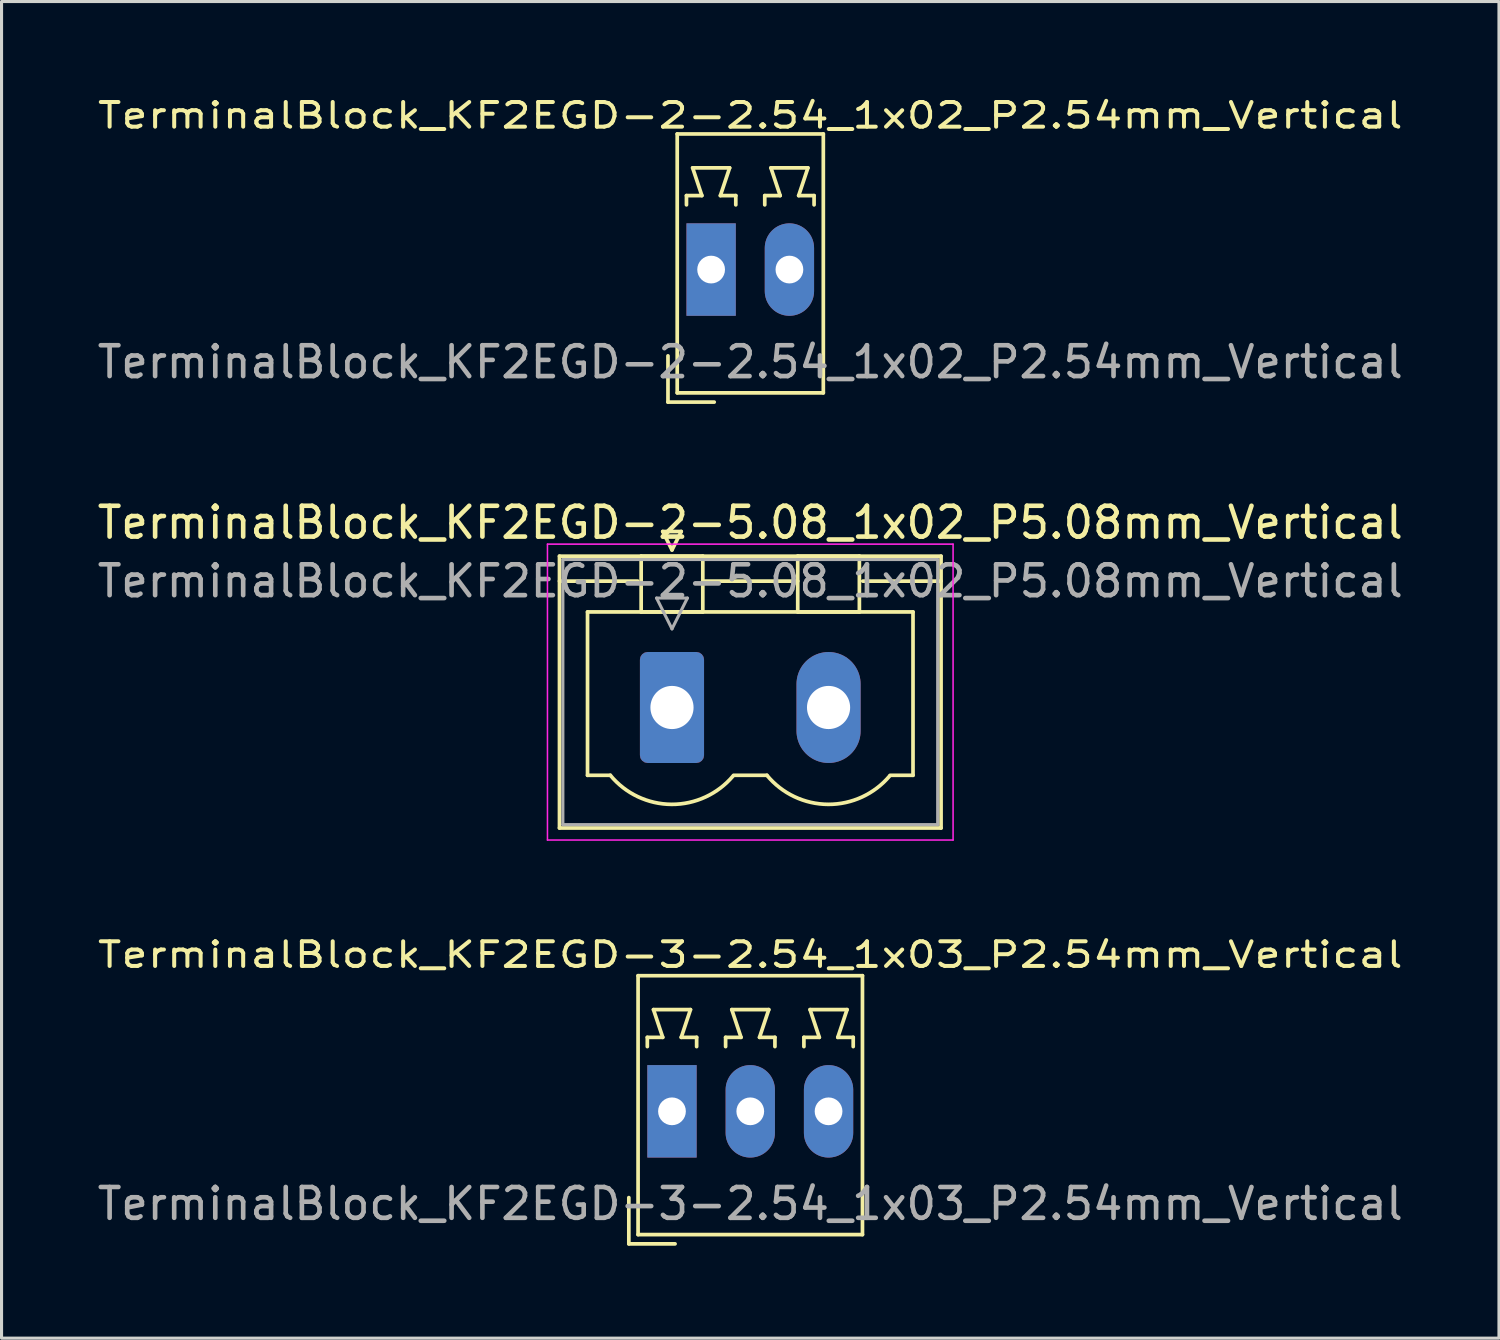
<source format=kicad_pcb>
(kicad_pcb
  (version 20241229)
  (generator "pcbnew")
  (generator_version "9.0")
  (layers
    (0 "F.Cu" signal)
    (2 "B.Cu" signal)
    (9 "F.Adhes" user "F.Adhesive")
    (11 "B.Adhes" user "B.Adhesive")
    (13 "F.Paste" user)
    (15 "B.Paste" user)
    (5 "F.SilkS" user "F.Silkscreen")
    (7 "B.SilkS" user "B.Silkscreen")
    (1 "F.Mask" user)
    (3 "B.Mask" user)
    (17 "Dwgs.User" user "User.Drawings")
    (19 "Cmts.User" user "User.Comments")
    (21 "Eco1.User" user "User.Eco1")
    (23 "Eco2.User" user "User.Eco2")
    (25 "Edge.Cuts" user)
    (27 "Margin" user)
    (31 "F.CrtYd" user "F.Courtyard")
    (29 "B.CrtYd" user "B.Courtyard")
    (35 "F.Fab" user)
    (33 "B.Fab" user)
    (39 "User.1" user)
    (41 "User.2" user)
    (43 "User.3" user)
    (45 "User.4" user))
  (footprint "TerminalBlock_KF2EGD-3-2.54_1x03_P2.54mm_Vertical"
    (layer "F.Cu")
    (at 18.752 33.006)
    (property "Reference" "TerminalBlock_KF2EGD-3-2.54_1x03_P2.54mm_Vertical" (at 2.54 -5.08 0) (layer "F.SilkS") (effects (font (size 0.8 1) (thickness 0.13))))
    (attr through_hole)
    (fp_line (start -1.4 2.8) (end -1.4 4.3) (stroke (width 0.12) (type solid)) (layer "F.SilkS"))
    (fp_line (start -1.4 4.3) (end 0.1 4.3) (stroke (width 0.12) (type solid)) (layer "F.SilkS"))
    (fp_line (start -1.1 -4.4) (end -1.1 4) (stroke (width 0.12) (type solid)) (layer "F.SilkS"))
    (fp_line (start -1.1 4) (end 6.18 4) (stroke (width 0.12) (type solid)) (layer "F.SilkS"))
    (fp_line (start -0.8 -2.4) (end -0.8 -2.1) (stroke (width 0.12) (type solid)) (layer "F.SilkS"))
    (fp_line (start -0.6 -3.3) (end -0.3 -2.4) (stroke (width 0.12) (type solid)) (layer "F.SilkS"))
    (fp_line (start -0.3 -2.4) (end -0.8 -2.4) (stroke (width 0.12) (type solid)) (layer "F.SilkS"))
    (fp_line (start 0.3 -2.4) (end 0.6 -3.3) (stroke (width 0.12) (type solid)) (layer "F.SilkS"))
    (fp_line (start 0.6 -3.3) (end -0.6 -3.3) (stroke (width 0.12) (type solid)) (layer "F.SilkS"))
    (fp_line (start 0.8 -2.4) (end 0.3 -2.4) (stroke (width 0.12) (type solid)) (layer "F.SilkS"))
    (fp_line (start 0.8 -2.1) (end 0.8 -2.4) (stroke (width 0.12) (type solid)) (layer "F.SilkS"))
    (fp_line (start 1.74 -2.4) (end 1.74 -2.1) (stroke (width 0.12) (type solid)) (layer "F.SilkS"))
    (fp_line (start 1.94 -3.3) (end 2.24 -2.4) (stroke (width 0.12) (type solid)) (layer "F.SilkS"))
    (fp_line (start 2.24 -2.4) (end 1.74 -2.4) (stroke (width 0.12) (type solid)) (layer "F.SilkS"))
    (fp_line (start 2.84 -2.4) (end 3.14 -3.3) (stroke (width 0.12) (type solid)) (layer "F.SilkS"))
    (fp_line (start 3.14 -3.3) (end 1.94 -3.3) (stroke (width 0.12) (type solid)) (layer "F.SilkS"))
    (fp_line (start 3.34 -2.4) (end 2.84 -2.4) (stroke (width 0.12) (type solid)) (layer "F.SilkS"))
    (fp_line (start 3.34 -2.1) (end 3.34 -2.4) (stroke (width 0.12) (type solid)) (layer "F.SilkS"))
    (fp_line (start 4.28 -2.4) (end 4.28 -2.1) (stroke (width 0.12) (type solid)) (layer "F.SilkS"))
    (fp_line (start 4.48 -3.3) (end 4.78 -2.4) (stroke (width 0.12) (type solid)) (layer "F.SilkS"))
    (fp_line (start 4.78 -2.4) (end 4.28 -2.4) (stroke (width 0.12) (type solid)) (layer "F.SilkS"))
    (fp_line (start 5.38 -2.4) (end 5.68 -3.3) (stroke (width 0.12) (type solid)) (layer "F.SilkS"))
    (fp_line (start 5.68 -3.3) (end 4.48 -3.3) (stroke (width 0.12) (type solid)) (layer "F.SilkS"))
    (fp_line (start 5.88 -2.4) (end 5.38 -2.4) (stroke (width 0.12) (type solid)) (layer "F.SilkS"))
    (fp_line (start 5.88 -2.1) (end 5.88 -2.4) (stroke (width 0.12) (type solid)) (layer "F.SilkS"))
    (fp_line (start 6.18 -4.4) (end -1.1 -4.4) (stroke (width 0.12) (type solid)) (layer "F.SilkS"))
    (fp_line (start 6.18 4) (end 6.18 -4.4) (stroke (width 0.12) (type solid)) (layer "F.SilkS"))
    (fp_text user "${REFERENCE}" (at 2.54 3 0) (layer "F.Fab") (effects (font (size 1 1) (thickness 0.15))))
    (pad "1" thru_hole rect (at 0 0) (size 1.6 3) (drill 0.9) (layers "*.Cu" "*.Mask"))
    (pad "2" thru_hole oval (at 2.54 0) (size 1.6 3) (drill 0.9) (layers "*.Cu" "*.Mask"))
    (pad "3" thru_hole oval (at 5.08 0) (size 1.6 3) (drill 0.9) (layers "*.Cu" "*.Mask")))
  (footprint "TerminalBlock_KF2EGD-2-2.54_1x02_P2.54mm_Vertical"
    (layer "F.Cu")
    (at 20.022 5.696)
    (property "Reference" "TerminalBlock_KF2EGD-2-2.54_1x02_P2.54mm_Vertical" (at 1.27 -5 0) (layer "F.SilkS") (effects (font (size 0.8 1) (thickness 0.13))))
    (attr through_hole)
    (fp_line (start -1.4 2.8) (end -1.4 4.3) (stroke (width 0.12) (type solid)) (layer "F.SilkS"))
    (fp_line (start -1.4 4.3) (end 0.1 4.3) (stroke (width 0.12) (type solid)) (layer "F.SilkS"))
    (fp_line (start -1.1 -4.4) (end -1.1 4) (stroke (width 0.12) (type solid)) (layer "F.SilkS"))
    (fp_line (start -1.1 4) (end 3.64 4) (stroke (width 0.12) (type solid)) (layer "F.SilkS"))
    (fp_line (start -0.8 -2.4) (end -0.8 -2.1) (stroke (width 0.12) (type solid)) (layer "F.SilkS"))
    (fp_line (start -0.6 -3.3) (end -0.3 -2.4) (stroke (width 0.12) (type solid)) (layer "F.SilkS"))
    (fp_line (start -0.3 -2.4) (end -0.8 -2.4) (stroke (width 0.12) (type solid)) (layer "F.SilkS"))
    (fp_line (start 0.3 -2.4) (end 0.6 -3.3) (stroke (width 0.12) (type solid)) (layer "F.SilkS"))
    (fp_line (start 0.6 -3.3) (end -0.6 -3.3) (stroke (width 0.12) (type solid)) (layer "F.SilkS"))
    (fp_line (start 0.8 -2.4) (end 0.3 -2.4) (stroke (width 0.12) (type solid)) (layer "F.SilkS"))
    (fp_line (start 0.8 -2.1) (end 0.8 -2.4) (stroke (width 0.12) (type solid)) (layer "F.SilkS"))
    (fp_line (start 1.74 -2.4) (end 1.74 -2.1) (stroke (width 0.12) (type solid)) (layer "F.SilkS"))
    (fp_line (start 1.94 -3.3) (end 2.24 -2.4) (stroke (width 0.12) (type solid)) (layer "F.SilkS"))
    (fp_line (start 2.24 -2.4) (end 1.74 -2.4) (stroke (width 0.12) (type solid)) (layer "F.SilkS"))
    (fp_line (start 2.84 -2.4) (end 3.14 -3.3) (stroke (width 0.12) (type solid)) (layer "F.SilkS"))
    (fp_line (start 3.14 -3.3) (end 1.94 -3.3) (stroke (width 0.12) (type solid)) (layer "F.SilkS"))
    (fp_line (start 3.34 -2.4) (end 2.84 -2.4) (stroke (width 0.12) (type solid)) (layer "F.SilkS"))
    (fp_line (start 3.34 -2.1) (end 3.34 -2.4) (stroke (width 0.12) (type solid)) (layer "F.SilkS"))
    (fp_line (start 3.64 -4.4) (end -1.1 -4.4) (stroke (width 0.12) (type solid)) (layer "F.SilkS"))
    (fp_line (start 3.64 4) (end 3.64 -4.4) (stroke (width 0.12) (type solid)) (layer "F.SilkS"))
    (fp_text user "${REFERENCE}" (at 1.27 3 0) (layer "F.Fab") (effects (font (size 1 1) (thickness 0.15))))
    (pad "1" thru_hole rect (at 0 0) (size 1.6 3) (drill 0.9) (layers "*.Cu" "*.Mask"))
    (pad "2" thru_hole oval (at 2.54 0) (size 1.6 3) (drill 0.9) (layers "*.Cu" "*.Mask")))
  (footprint "TerminalBlock_KF2EGD-2-5.08_1x02_P5.08mm_Vertical"
    (layer "F.Cu")
    (at 18.752 19.904)
    (property "Reference" "TerminalBlock_KF2EGD-2-5.08_1x02_P5.08mm_Vertical" (at 2.54 -6 0) (layer "F.SilkS") (effects (font (size 1 1) (thickness 0.15))))
    (attr through_hole)
    (fp_line (start -3.65 -4.91) (end -3.65 3.91) (stroke (width 0.12) (type solid)) (layer "F.SilkS"))
    (fp_line (start -3.65 -4.1) (end -1.11 -4.1) (stroke (width 0.12) (type solid)) (layer "F.SilkS"))
    (fp_line (start -3.65 3.91) (end 8.73 3.91) (stroke (width 0.12) (type solid)) (layer "F.SilkS"))
    (fp_line (start -2.74 -3.1) (end 7.82 -3.1) (stroke (width 0.12) (type solid)) (layer "F.SilkS"))
    (fp_line (start -2.74 2.2) (end -2.74 -3.1) (stroke (width 0.12) (type solid)) (layer "F.SilkS"))
    (fp_line (start -2 2.2) (end -2.74 2.2) (stroke (width 0.12) (type solid)) (layer "F.SilkS"))
    (fp_line (start -1 -4.91) (end 1 -4.91) (stroke (width 0.12) (type solid)) (layer "F.SilkS"))
    (fp_line (start -1 -3.1) (end -1 -4.91) (stroke (width 0.12) (type solid)) (layer "F.SilkS"))
    (fp_line (start -0.3 -5.71) (end 0.3 -5.71) (stroke (width 0.12) (type solid)) (layer "F.SilkS"))
    (fp_line (start 0 -5.11) (end -0.3 -5.71) (stroke (width 0.12) (type solid)) (layer "F.SilkS"))
    (fp_line (start 0.3 -5.71) (end 0 -5.11) (stroke (width 0.12) (type solid)) (layer "F.SilkS"))
    (fp_line (start 1 -4.91) (end 1 -3.1) (stroke (width 0.12) (type solid)) (layer "F.SilkS"))
    (fp_line (start 1 -4.1) (end 4.08 -4.1) (stroke (width 0.12) (type solid)) (layer "F.SilkS"))
    (fp_line (start 1 -3.1) (end -1 -3.1) (stroke (width 0.12) (type solid)) (layer "F.SilkS"))
    (fp_line (start 2 2.2) (end 3.08 2.2) (stroke (width 0.12) (type solid)) (layer "F.SilkS"))
    (fp_line (start 4.08 -4.91) (end 6.08 -4.91) (stroke (width 0.12) (type solid)) (layer "F.SilkS"))
    (fp_line (start 4.08 -3.1) (end 4.08 -4.91) (stroke (width 0.12) (type solid)) (layer "F.SilkS"))
    (fp_line (start 6.08 -4.91) (end 6.08 -3.1) (stroke (width 0.12) (type solid)) (layer "F.SilkS"))
    (fp_line (start 6.08 -3.1) (end 4.08 -3.1) (stroke (width 0.12) (type solid)) (layer "F.SilkS"))
    (fp_line (start 7.82 -3.1) (end 7.82 2.2) (stroke (width 0.12) (type solid)) (layer "F.SilkS"))
    (fp_line (start 7.82 2.2) (end 7.08 2.2) (stroke (width 0.12) (type solid)) (layer "F.SilkS"))
    (fp_line (start 8.73 -4.91) (end -3.65 -4.91) (stroke (width 0.12) (type solid)) (layer "F.SilkS"))
    (fp_line (start 8.73 -4.1) (end 6.19 -4.1) (stroke (width 0.12) (type solid)) (layer "F.SilkS"))
    (fp_line (start 8.73 3.91) (end 8.73 -4.91) (stroke (width 0.12) (type solid)) (layer "F.SilkS"))
    (fp_arc (start 1.986842 2.215821) (mid -0.010289 3.142758) (end -2 2.2) (stroke (width 0.12) (type solid)) (layer "F.SilkS"))
    (fp_arc (start 7.066842 2.215821) (mid 5.069711 3.142758) (end 3.08 2.2) (stroke (width 0.12) (type solid)) (layer "F.SilkS"))
    (fp_line (start -4.04 -5.3) (end -4.04 4.3) (stroke (width 0.05) (type solid)) (layer "F.CrtYd"))
    (fp_line (start -4.04 4.3) (end 9.12 4.3) (stroke (width 0.05) (type solid)) (layer "F.CrtYd"))
    (fp_line (start 9.12 -5.3) (end -4.04 -5.3) (stroke (width 0.05) (type solid)) (layer "F.CrtYd"))
    (fp_line (start 9.12 4.3) (end 9.12 -5.3) (stroke (width 0.05) (type solid)) (layer "F.CrtYd"))
    (fp_line (start -3.54 -4.8) (end -3.54 3.8) (stroke (width 0.1) (type solid)) (layer "F.Fab"))
    (fp_line (start -3.54 3.8) (end 8.62 3.8) (stroke (width 0.1) (type solid)) (layer "F.Fab"))
    (fp_line (start -0.5 -3.55) (end 0.5 -3.55) (stroke (width 0.1) (type solid)) (layer "F.Fab"))
    (fp_line (start 0 -2.55) (end -0.5 -3.55) (stroke (width 0.1) (type solid)) (layer "F.Fab"))
    (fp_line (start 0.5 -3.55) (end 0 -2.55) (stroke (width 0.1) (type solid)) (layer "F.Fab"))
    (fp_line (start 8.62 -4.8) (end -3.54 -4.8) (stroke (width 0.1) (type solid)) (layer "F.Fab"))
    (fp_line (start 8.62 3.8) (end 8.62 -4.8) (stroke (width 0.1) (type solid)) (layer "F.Fab"))
    (fp_text user "${REFERENCE}" (at 2.54 -4.1 0) (layer "F.Fab") (effects (font (size 1 1) (thickness 0.15))))
    (pad "1" thru_hole roundrect (at 0 0) (size 2.08 3.6) (drill 1.4) (layers "*.Cu" "*.Mask") (roundrect_rratio 0.12))
    (pad "2" thru_hole oval (at 5.08 0) (size 2.08 3.6) (drill 1.4) (layers "*.Cu" "*.Mask")))
  (gr_rect
    (start -3 -3)
    (end 45.583 40.366)
    (stroke (width 0.1) (type default))
    (fill no)
    (layer "Edge.Cuts")))
</source>
